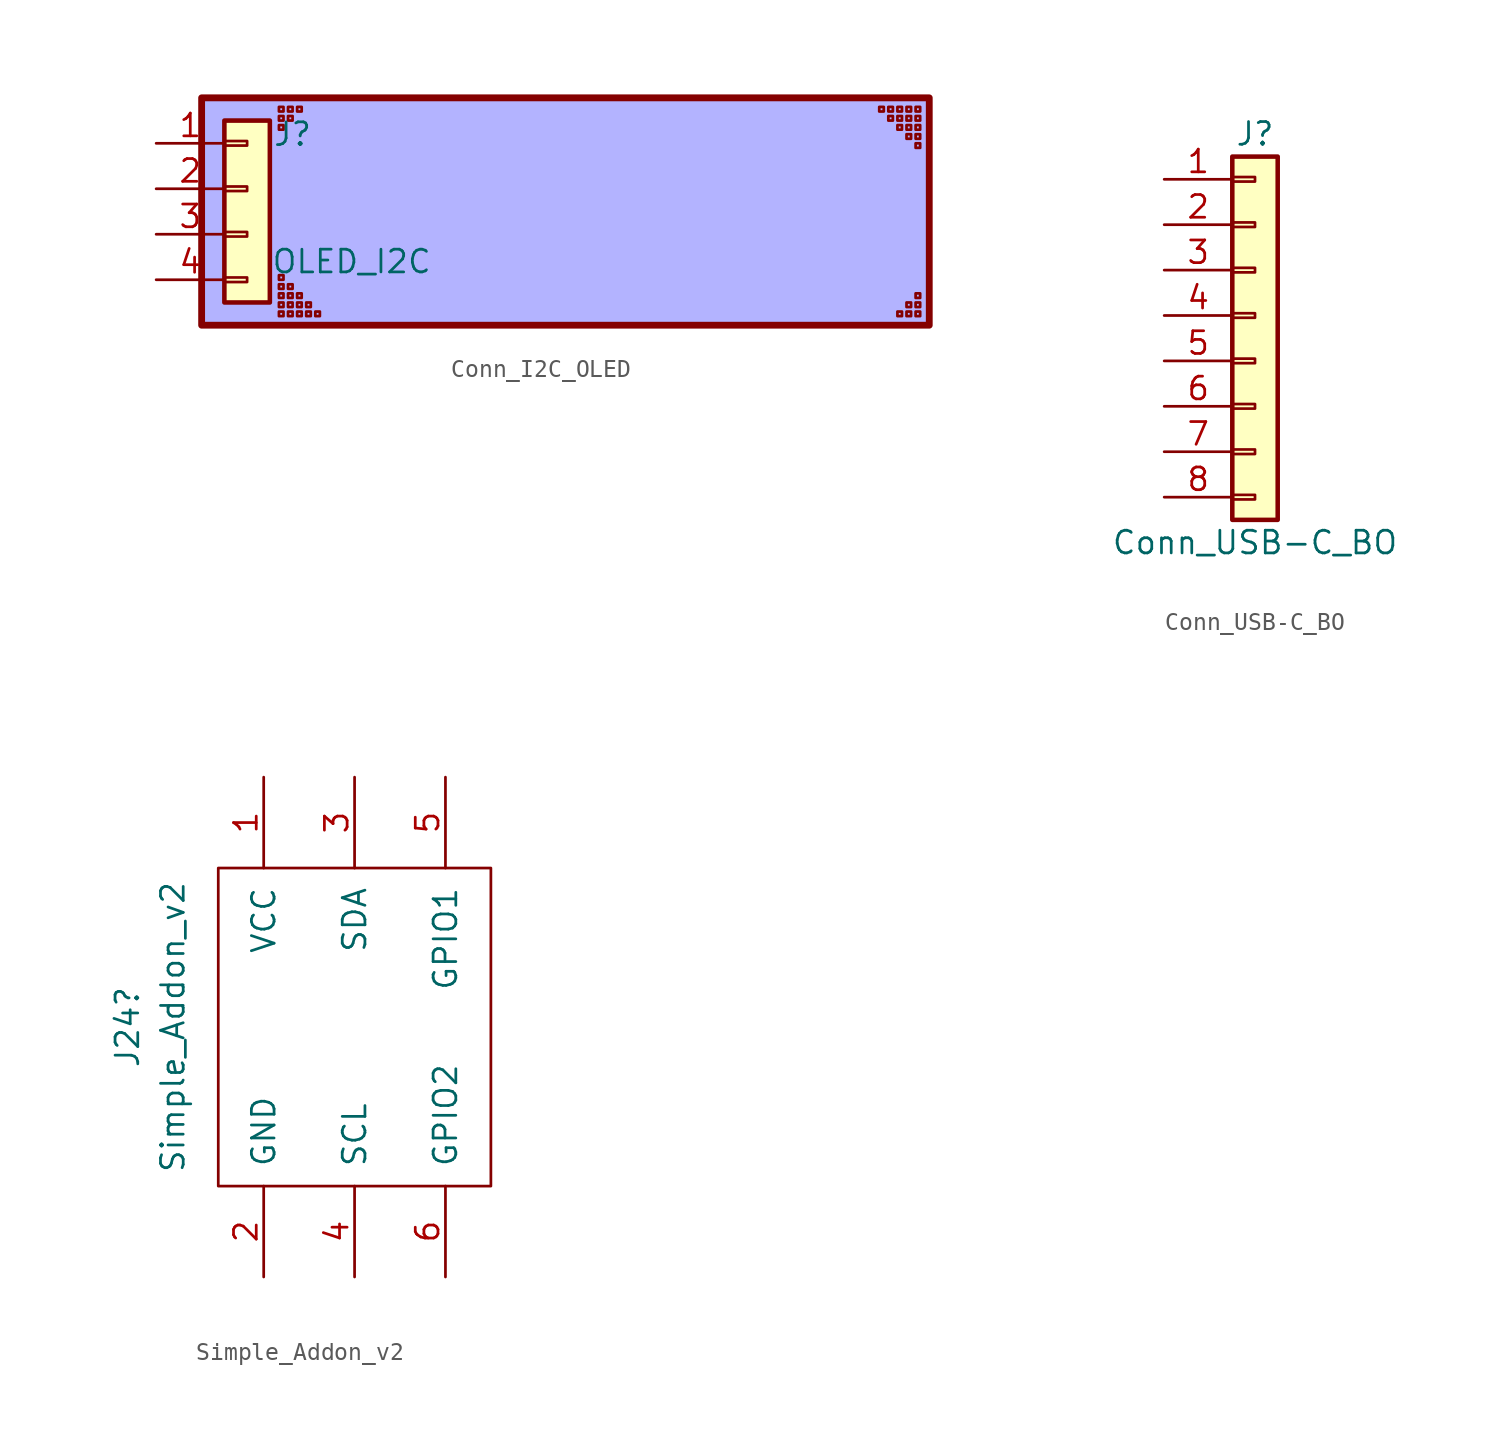
<source format=kicad_sym>
(kicad_symbol_lib
  (version 20241209)
  (generator "kicad_symbol_editor")
  (generator_version "9.0")
  (symbol "Conn_I2C_OLED"
    (pin_names
      (offset 1.016)
      (hide yes))
    (property "Reference" "J"
      (at 2.54 3.048 0)
      (effects (font (size 1.27 1.27))))
    (property "Value" "OLED_I2C"
      (at 5.842 -4.064 0)
      (effects (font (size 1.27 1.27))))
    (symbol "Conn_I2C_OLED_1_1"
      (rectangle (start -2.54 5.08) (end 38.1 -7.62) (stroke (width 0.381) (type solid)) (fill (type color) (color 0 0 255 0.3)))
      (rectangle (start -1.27 3.81) (end 1.27 -6.35) (stroke (width 0.254) (type default)) (fill (type background)))
      (rectangle (start -1.27 2.667) (end 0 2.413) (stroke (width 0.152) (type default)) (fill (type none)))
      (rectangle (start -1.27 0.127) (end 0 -0.127) (stroke (width 0.152) (type default)) (fill (type none)))
      (rectangle (start -1.27 -2.413) (end 0 -2.667) (stroke (width 0.152) (type default)) (fill (type none)))
      (rectangle (start -1.27 -4.953) (end 0 -5.207) (stroke (width 0.152) (type default)) (fill (type none)))
      (rectangle (start 1.778 4.572) (end 2.032 4.318) (stroke (width 0) (type default)) (fill (type none)))
      (rectangle (start 1.778 4.064) (end 2.032 3.81) (stroke (width 0) (type default)) (fill (type none)))
      (rectangle (start 1.778 3.556) (end 2.032 3.302) (stroke (width 0) (type default)) (fill (type none)))
      (rectangle (start 1.778 -5.08) (end 2.032 -4.826) (stroke (width 0) (type default)) (fill (type none)))
      (rectangle (start 1.778 -5.334) (end 2.032 -5.588) (stroke (width 0) (type default)) (fill (type none)))
      (rectangle (start 1.778 -5.842) (end 2.032 -6.096) (stroke (width 0) (type default)) (fill (type none)))
      (rectangle (start 1.778 -6.604) (end 2.032 -6.35) (stroke (width 0) (type default)) (fill (type none)))
      (rectangle (start 1.778 -6.858) (end 2.032 -7.112) (stroke (width 0) (type default)) (fill (type none)))
      (rectangle (start 2.286 4.572) (end 2.54 4.318) (stroke (width 0) (type default)) (fill (type none)))
      (rectangle (start 2.286 4.064) (end 2.54 3.81) (stroke (width 0) (type default)) (fill (type none)))
      (rectangle (start 2.286 -5.334) (end 2.54 -5.588) (stroke (width 0) (type default)) (fill (type none)))
      (rectangle (start 2.286 -5.842) (end 2.54 -6.096) (stroke (width 0) (type default)) (fill (type none)))
      (rectangle (start 2.286 -6.35) (end 2.54 -6.604) (stroke (width 0) (type default)) (fill (type none)))
      (rectangle (start 2.286 -6.858) (end 2.54 -7.112) (stroke (width 0) (type default)) (fill (type none)))
      (rectangle (start 2.794 4.572) (end 3.048 4.318) (stroke (width 0) (type default)) (fill (type none)))
      (rectangle (start 2.794 -5.842) (end 3.048 -6.096) (stroke (width 0) (type default)) (fill (type none)))
      (rectangle (start 2.794 -6.35) (end 3.048 -6.604) (stroke (width 0) (type default)) (fill (type none)))
      (rectangle (start 2.794 -7.112) (end 3.048 -6.858) (stroke (width 0) (type default)) (fill (type none)))
      (rectangle (start 3.302 -6.35) (end 3.556 -6.604) (stroke (width 0) (type default)) (fill (type none)))
      (rectangle (start 3.302 -6.858) (end 3.556 -7.112) (stroke (width 0) (type default)) (fill (type none)))
      (rectangle (start 3.81 -6.858) (end 4.064 -7.112) (stroke (width 0) (type default)) (fill (type none)))
      (rectangle (start 35.56 4.572) (end 35.306 4.318) (stroke (width 0) (type default)) (fill (type none)))
      (rectangle (start 35.814 4.572) (end 36.068 4.318) (stroke (width 0) (type default)) (fill (type none)))
      (rectangle (start 36.068 4.064) (end 35.814 3.81) (stroke (width 0) (type default)) (fill (type none)))
      (rectangle (start 36.322 4.572) (end 36.576 4.318) (stroke (width 0) (type default)) (fill (type none)))
      (rectangle (start 36.322 4.064) (end 36.576 3.81) (stroke (width 0) (type default)) (fill (type none)))
      (rectangle (start 36.576 3.556) (end 36.322 3.302) (stroke (width 0) (type default)) (fill (type none)))
      (rectangle (start 36.576 -6.858) (end 36.322 -7.112) (stroke (width 0) (type default)) (fill (type none)))
      (rectangle (start 36.83 3.556) (end 37.084 3.302) (stroke (width 0) (type default)) (fill (type none)))
      (rectangle (start 37.084 4.572) (end 36.83 4.318) (stroke (width 0) (type default)) (fill (type none)))
      (rectangle (start 37.084 4.064) (end 36.83 3.81) (stroke (width 0) (type default)) (fill (type none)))
      (rectangle (start 37.084 3.048) (end 36.83 2.794) (stroke (width 0) (type default)) (fill (type none)))
      (rectangle (start 37.084 -6.35) (end 36.83 -6.604) (stroke (width 0) (type default)) (fill (type none)))
      (rectangle (start 37.084 -6.858) (end 36.83 -7.112) (stroke (width 0) (type default)) (fill (type none)))
      (rectangle (start 37.338 4.572) (end 37.592 4.318) (stroke (width 0) (type default)) (fill (type none)))
      (rectangle (start 37.338 3.556) (end 37.592 3.302) (stroke (width 0) (type default)) (fill (type none)))
      (rectangle (start 37.338 3.048) (end 37.592 2.794) (stroke (width 0) (type default)) (fill (type none)))
      (rectangle (start 37.592 4.064) (end 37.338 3.81) (stroke (width 0) (type default)) (fill (type none)))
      (rectangle (start 37.592 2.54) (end 37.338 2.286) (stroke (width 0) (type default)) (fill (type none)))
      (rectangle (start 37.592 -6.096) (end 37.338 -5.842) (stroke (width 0) (type default)) (fill (type none)))
      (rectangle (start 37.592 -6.35) (end 37.338 -6.604) (stroke (width 0) (type default)) (fill (type none)))
      (rectangle (start 37.592 -7.112) (end 37.338 -6.858) (stroke (width 0) (type default)) (fill (type none)))
      (pin passive line (at -5.08 2.54 0) (length 3.81) (name "Pin_1" (effects (font (size 1.27 1.27)))) (number "1" (effects (font (size 1.27 1.27)))))
      (pin passive line (at -5.08 0 0) (length 3.81) (name "Pin_2" (effects (font (size 1.27 1.27)))) (number "2" (effects (font (size 1.27 1.27)))))
      (pin passive line (at -5.08 -2.54 0) (length 3.81) (name "Pin_3" (effects (font (size 1.27 1.27)))) (number "3" (effects (font (size 1.27 1.27)))))
      (pin passive line (at -5.08 -5.08 0) (length 3.81) (name "Pin_4" (effects (font (size 1.27 1.27)))) (number "4" (effects (font (size 1.27 1.27)))))))
  (symbol "Conn_USB-C_BO"
    (pin_names
      (offset 1.016)
      (hide yes))
    (property "Reference" "J"
      (at 0 10.16 0)
      (effects (font (size 1.27 1.27))))
    (property "Value" "Conn_USB-C_BO"
      (at 0 -12.7 0)
      (effects (font (size 1.27 1.27))))
    (symbol "Conn_USB-C_BO_1_1"
      (rectangle (start -1.27 8.89) (end 1.27 -11.43) (stroke (width 0.254) (type default)) (fill (type background)))
      (rectangle (start -1.27 7.747) (end 0 7.493) (stroke (width 0.152) (type default)) (fill (type none)))
      (rectangle (start -1.27 5.207) (end 0 4.953) (stroke (width 0.152) (type default)) (fill (type none)))
      (rectangle (start -1.27 2.667) (end 0 2.413) (stroke (width 0.152) (type default)) (fill (type none)))
      (rectangle (start -1.27 0.127) (end 0 -0.127) (stroke (width 0.152) (type default)) (fill (type none)))
      (rectangle (start -1.27 -2.413) (end 0 -2.667) (stroke (width 0.152) (type default)) (fill (type none)))
      (rectangle (start -1.27 -4.953) (end 0 -5.207) (stroke (width 0.152) (type default)) (fill (type none)))
      (rectangle (start -1.27 -7.493) (end 0 -7.747) (stroke (width 0.152) (type default)) (fill (type none)))
      (rectangle (start -1.27 -10.033) (end 0 -10.287) (stroke (width 0.152) (type default)) (fill (type none)))
      (pin passive line (at -5.08 7.62 0) (length 3.81) (name "Pin_1" (effects (font (size 1.27 1.27)))) (number "1" (effects (font (size 1.27 1.27)))))
      (pin passive line (at -5.08 5.08 0) (length 3.81) (name "Pin_2" (effects (font (size 1.27 1.27)))) (number "2" (effects (font (size 1.27 1.27)))))
      (pin passive line (at -5.08 2.54 0) (length 3.81) (name "Pin_3" (effects (font (size 1.27 1.27)))) (number "3" (effects (font (size 1.27 1.27)))))
      (pin passive line (at -5.08 0 0) (length 3.81) (name "Pin_4" (effects (font (size 1.27 1.27)))) (number "4" (effects (font (size 1.27 1.27)))))
      (pin passive line (at -5.08 -2.54 0) (length 3.81) (name "Pin_5" (effects (font (size 1.27 1.27)))) (number "5" (effects (font (size 1.27 1.27)))))
      (pin passive line (at -5.08 -5.08 0) (length 3.81) (name "Pin_6" (effects (font (size 1.27 1.27)))) (number "6" (effects (font (size 1.27 1.27)))))
      (pin passive line (at -5.08 -7.62 0) (length 3.81) (name "Pin_7" (effects (font (size 1.27 1.27)))) (number "7" (effects (font (size 1.27 1.27)))))
      (pin passive line (at -5.08 -10.16 0) (length 3.81) (name "Pin_8" (effects (font (size 1.27 1.27)))) (number "8" (effects (font (size 1.27 1.27)))))))
  (symbol "Simple_Addon_v2"
    (pin_names
      (offset 1.016))
    (property "Reference" "J24"
      (at -12.7 0 90)
      (effects (font (size 1.27 1.27))))
    (property "Value" "Simple_Addon_v2"
      (at -10.16 0 90)
      (effects (font (size 1.27 1.27))))
    (symbol "Simple_Addon_v2_0_1"
      (rectangle (start -7.62 8.89) (end 7.62 -8.89) (stroke (width 0) (type solid)) (fill (type none))))
    (symbol "Simple_Addon_v2_1_1"
      (pin input line (at -5.08 13.97 270) (length 5.08) (name "VCC" (effects (font (size 1.27 1.27)))) (number "1" (effects (font (size 1.27 1.27)))))
      (pin input line (at -5.08 -13.97 90) (length 5.08) (name "GND" (effects (font (size 1.27 1.27)))) (number "2" (effects (font (size 1.27 1.27)))))
      (pin input line (at 0 13.97 270) (length 5.08) (name "SDA" (effects (font (size 1.27 1.27)))) (number "3" (effects (font (size 1.27 1.27)))))
      (pin input line (at 0 -13.97 90) (length 5.08) (name "SCL" (effects (font (size 1.27 1.27)))) (number "4" (effects (font (size 1.27 1.27)))))
      (pin input line (at 5.08 13.97 270) (length 5.08) (name "GPIO1" (effects (font (size 1.27 1.27)))) (number "5" (effects (font (size 1.27 1.27)))))
      (pin input line (at 5.08 -13.97 90) (length 5.08) (name "GPIO2" (effects (font (size 1.27 1.27)))) (number "6" (effects (font (size 1.27 1.27))))))))
</source>
